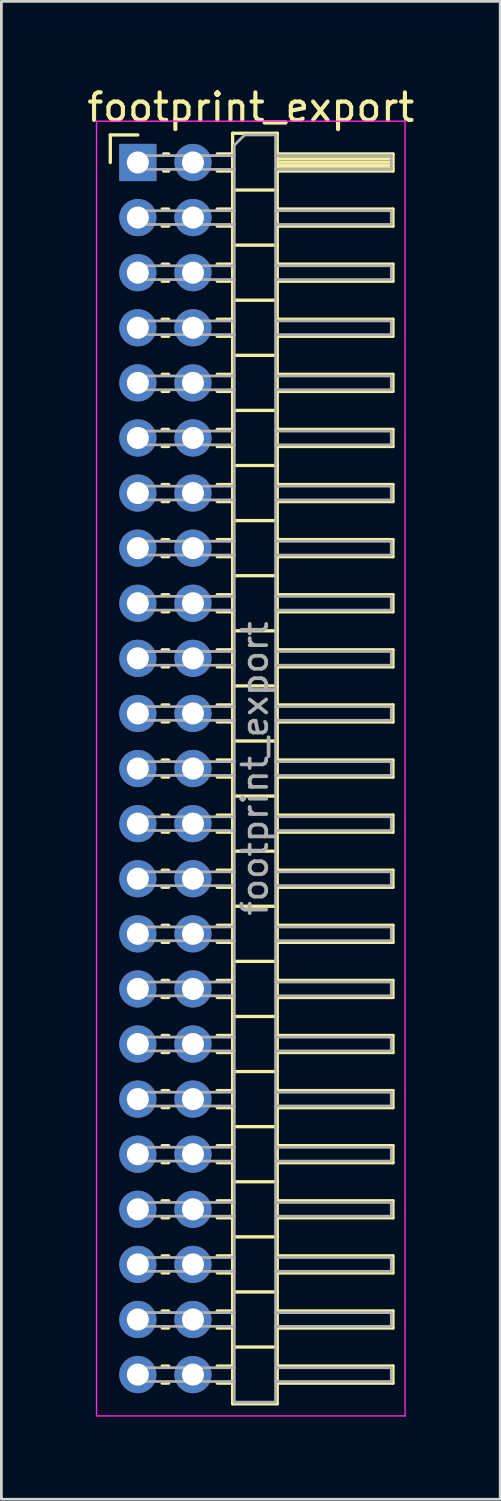
<source format=kicad_pcb>
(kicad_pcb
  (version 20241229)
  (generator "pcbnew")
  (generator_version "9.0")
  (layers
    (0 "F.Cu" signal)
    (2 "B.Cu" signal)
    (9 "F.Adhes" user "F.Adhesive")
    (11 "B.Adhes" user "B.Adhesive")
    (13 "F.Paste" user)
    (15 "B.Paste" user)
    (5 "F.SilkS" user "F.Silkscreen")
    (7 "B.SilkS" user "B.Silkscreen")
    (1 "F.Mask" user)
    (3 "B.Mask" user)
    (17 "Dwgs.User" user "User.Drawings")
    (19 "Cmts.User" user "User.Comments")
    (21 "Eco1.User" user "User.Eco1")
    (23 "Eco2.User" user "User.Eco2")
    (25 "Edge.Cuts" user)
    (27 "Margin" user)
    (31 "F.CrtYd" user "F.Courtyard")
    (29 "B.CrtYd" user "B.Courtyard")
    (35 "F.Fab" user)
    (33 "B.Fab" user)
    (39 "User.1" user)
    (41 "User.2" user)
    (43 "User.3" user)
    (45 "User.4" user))
  (footprint "footprint_export"
    (layer "F.Cu")
    (at 1.954 2.848)
    (property "Reference" "footprint_export" (at 4.1 -2 0) (layer "F.SilkS") (effects (font (size 1 1) (thickness 0.15))))
    (attr through_hole)
    (fp_line (start -1 -1) (end 0 -1) (stroke (width 0.12) (type solid)) (layer "F.SilkS"))
    (fp_line (start -1 0) (end -1 -1) (stroke (width 0.12) (type solid)) (layer "F.SilkS"))
    (fp_line (start 0.882 1.69) (end 1.118 1.69) (stroke (width 0.12) (type solid)) (layer "F.SilkS"))
    (fp_line (start 0.882 2.31) (end 1.118 2.31) (stroke (width 0.12) (type solid)) (layer "F.SilkS"))
    (fp_line (start 0.882 3.69) (end 1.118 3.69) (stroke (width 0.12) (type solid)) (layer "F.SilkS"))
    (fp_line (start 0.882 4.31) (end 1.118 4.31) (stroke (width 0.12) (type solid)) (layer "F.SilkS"))
    (fp_line (start 0.882 5.69) (end 1.118 5.69) (stroke (width 0.12) (type solid)) (layer "F.SilkS"))
    (fp_line (start 0.882 6.31) (end 1.118 6.31) (stroke (width 0.12) (type solid)) (layer "F.SilkS"))
    (fp_line (start 0.882 7.69) (end 1.118 7.69) (stroke (width 0.12) (type solid)) (layer "F.SilkS"))
    (fp_line (start 0.882 8.31) (end 1.118 8.31) (stroke (width 0.12) (type solid)) (layer "F.SilkS"))
    (fp_line (start 0.882 9.69) (end 1.118 9.69) (stroke (width 0.12) (type solid)) (layer "F.SilkS"))
    (fp_line (start 0.882 10.31) (end 1.118 10.31) (stroke (width 0.12) (type solid)) (layer "F.SilkS"))
    (fp_line (start 0.882 11.69) (end 1.118 11.69) (stroke (width 0.12) (type solid)) (layer "F.SilkS"))
    (fp_line (start 0.882 12.31) (end 1.118 12.31) (stroke (width 0.12) (type solid)) (layer "F.SilkS"))
    (fp_line (start 0.882 13.69) (end 1.118 13.69) (stroke (width 0.12) (type solid)) (layer "F.SilkS"))
    (fp_line (start 0.882 14.31) (end 1.118 14.31) (stroke (width 0.12) (type solid)) (layer "F.SilkS"))
    (fp_line (start 0.882 15.69) (end 1.118 15.69) (stroke (width 0.12) (type solid)) (layer "F.SilkS"))
    (fp_line (start 0.882 16.31) (end 1.118 16.31) (stroke (width 0.12) (type solid)) (layer "F.SilkS"))
    (fp_line (start 0.882 17.69) (end 1.118 17.69) (stroke (width 0.12) (type solid)) (layer "F.SilkS"))
    (fp_line (start 0.882 18.31) (end 1.118 18.31) (stroke (width 0.12) (type solid)) (layer "F.SilkS"))
    (fp_line (start 0.882 19.69) (end 1.118 19.69) (stroke (width 0.12) (type solid)) (layer "F.SilkS"))
    (fp_line (start 0.882 20.31) (end 1.118 20.31) (stroke (width 0.12) (type solid)) (layer "F.SilkS"))
    (fp_line (start 0.882 21.69) (end 1.118 21.69) (stroke (width 0.12) (type solid)) (layer "F.SilkS"))
    (fp_line (start 0.882 22.31) (end 1.118 22.31) (stroke (width 0.12) (type solid)) (layer "F.SilkS"))
    (fp_line (start 0.882 23.69) (end 1.118 23.69) (stroke (width 0.12) (type solid)) (layer "F.SilkS"))
    (fp_line (start 0.882 24.31) (end 1.118 24.31) (stroke (width 0.12) (type solid)) (layer "F.SilkS"))
    (fp_line (start 0.882 25.69) (end 1.118 25.69) (stroke (width 0.12) (type solid)) (layer "F.SilkS"))
    (fp_line (start 0.882 26.31) (end 1.118 26.31) (stroke (width 0.12) (type solid)) (layer "F.SilkS"))
    (fp_line (start 0.882 27.69) (end 1.118 27.69) (stroke (width 0.12) (type solid)) (layer "F.SilkS"))
    (fp_line (start 0.882 28.31) (end 1.118 28.31) (stroke (width 0.12) (type solid)) (layer "F.SilkS"))
    (fp_line (start 0.882 29.69) (end 1.118 29.69) (stroke (width 0.12) (type solid)) (layer "F.SilkS"))
    (fp_line (start 0.882 30.31) (end 1.118 30.31) (stroke (width 0.12) (type solid)) (layer "F.SilkS"))
    (fp_line (start 0.882 31.69) (end 1.118 31.69) (stroke (width 0.12) (type solid)) (layer "F.SilkS"))
    (fp_line (start 0.882 32.31) (end 1.118 32.31) (stroke (width 0.12) (type solid)) (layer "F.SilkS"))
    (fp_line (start 0.882 33.69) (end 1.118 33.69) (stroke (width 0.12) (type solid)) (layer "F.SilkS"))
    (fp_line (start 0.882 34.31) (end 1.118 34.31) (stroke (width 0.12) (type solid)) (layer "F.SilkS"))
    (fp_line (start 0.882 35.69) (end 1.118 35.69) (stroke (width 0.12) (type solid)) (layer "F.SilkS"))
    (fp_line (start 0.882 36.31) (end 1.118 36.31) (stroke (width 0.12) (type solid)) (layer "F.SilkS"))
    (fp_line (start 0.882 37.69) (end 1.118 37.69) (stroke (width 0.12) (type solid)) (layer "F.SilkS"))
    (fp_line (start 0.882 38.31) (end 1.118 38.31) (stroke (width 0.12) (type solid)) (layer "F.SilkS"))
    (fp_line (start 0.882 39.69) (end 1.118 39.69) (stroke (width 0.12) (type solid)) (layer "F.SilkS"))
    (fp_line (start 0.882 40.31) (end 1.118 40.31) (stroke (width 0.12) (type solid)) (layer "F.SilkS"))
    (fp_line (start 0.882 41.69) (end 1.118 41.69) (stroke (width 0.12) (type solid)) (layer "F.SilkS"))
    (fp_line (start 0.882 42.31) (end 1.118 42.31) (stroke (width 0.12) (type solid)) (layer "F.SilkS"))
    (fp_line (start 0.882 43.69) (end 1.118 43.69) (stroke (width 0.12) (type solid)) (layer "F.SilkS"))
    (fp_line (start 0.882 44.31) (end 1.118 44.31) (stroke (width 0.12) (type solid)) (layer "F.SilkS"))
    (fp_line (start 0.935 -0.31) (end 1.118 -0.31) (stroke (width 0.12) (type solid)) (layer "F.SilkS"))
    (fp_line (start 0.935 0.31) (end 1.118 0.31) (stroke (width 0.12) (type solid)) (layer "F.SilkS"))
    (fp_line (start 2.882 -0.31) (end 3.44 -0.31) (stroke (width 0.12) (type solid)) (layer "F.SilkS"))
    (fp_line (start 2.882 0.31) (end 3.44 0.31) (stroke (width 0.12) (type solid)) (layer "F.SilkS"))
    (fp_line (start 2.882 1.69) (end 3.44 1.69) (stroke (width 0.12) (type solid)) (layer "F.SilkS"))
    (fp_line (start 2.882 2.31) (end 3.44 2.31) (stroke (width 0.12) (type solid)) (layer "F.SilkS"))
    (fp_line (start 2.882 3.69) (end 3.44 3.69) (stroke (width 0.12) (type solid)) (layer "F.SilkS"))
    (fp_line (start 2.882 4.31) (end 3.44 4.31) (stroke (width 0.12) (type solid)) (layer "F.SilkS"))
    (fp_line (start 2.882 5.69) (end 3.44 5.69) (stroke (width 0.12) (type solid)) (layer "F.SilkS"))
    (fp_line (start 2.882 6.31) (end 3.44 6.31) (stroke (width 0.12) (type solid)) (layer "F.SilkS"))
    (fp_line (start 2.882 7.69) (end 3.44 7.69) (stroke (width 0.12) (type solid)) (layer "F.SilkS"))
    (fp_line (start 2.882 8.31) (end 3.44 8.31) (stroke (width 0.12) (type solid)) (layer "F.SilkS"))
    (fp_line (start 2.882 9.69) (end 3.44 9.69) (stroke (width 0.12) (type solid)) (layer "F.SilkS"))
    (fp_line (start 2.882 10.31) (end 3.44 10.31) (stroke (width 0.12) (type solid)) (layer "F.SilkS"))
    (fp_line (start 2.882 11.69) (end 3.44 11.69) (stroke (width 0.12) (type solid)) (layer "F.SilkS"))
    (fp_line (start 2.882 12.31) (end 3.44 12.31) (stroke (width 0.12) (type solid)) (layer "F.SilkS"))
    (fp_line (start 2.882 13.69) (end 3.44 13.69) (stroke (width 0.12) (type solid)) (layer "F.SilkS"))
    (fp_line (start 2.882 14.31) (end 3.44 14.31) (stroke (width 0.12) (type solid)) (layer "F.SilkS"))
    (fp_line (start 2.882 15.69) (end 3.44 15.69) (stroke (width 0.12) (type solid)) (layer "F.SilkS"))
    (fp_line (start 2.882 16.31) (end 3.44 16.31) (stroke (width 0.12) (type solid)) (layer "F.SilkS"))
    (fp_line (start 2.882 17.69) (end 3.44 17.69) (stroke (width 0.12) (type solid)) (layer "F.SilkS"))
    (fp_line (start 2.882 18.31) (end 3.44 18.31) (stroke (width 0.12) (type solid)) (layer "F.SilkS"))
    (fp_line (start 2.882 19.69) (end 3.44 19.69) (stroke (width 0.12) (type solid)) (layer "F.SilkS"))
    (fp_line (start 2.882 20.31) (end 3.44 20.31) (stroke (width 0.12) (type solid)) (layer "F.SilkS"))
    (fp_line (start 2.882 21.69) (end 3.44 21.69) (stroke (width 0.12) (type solid)) (layer "F.SilkS"))
    (fp_line (start 2.882 22.31) (end 3.44 22.31) (stroke (width 0.12) (type solid)) (layer "F.SilkS"))
    (fp_line (start 2.882 23.69) (end 3.44 23.69) (stroke (width 0.12) (type solid)) (layer "F.SilkS"))
    (fp_line (start 2.882 24.31) (end 3.44 24.31) (stroke (width 0.12) (type solid)) (layer "F.SilkS"))
    (fp_line (start 2.882 25.69) (end 3.44 25.69) (stroke (width 0.12) (type solid)) (layer "F.SilkS"))
    (fp_line (start 2.882 26.31) (end 3.44 26.31) (stroke (width 0.12) (type solid)) (layer "F.SilkS"))
    (fp_line (start 2.882 27.69) (end 3.44 27.69) (stroke (width 0.12) (type solid)) (layer "F.SilkS"))
    (fp_line (start 2.882 28.31) (end 3.44 28.31) (stroke (width 0.12) (type solid)) (layer "F.SilkS"))
    (fp_line (start 2.882 29.69) (end 3.44 29.69) (stroke (width 0.12) (type solid)) (layer "F.SilkS"))
    (fp_line (start 2.882 30.31) (end 3.44 30.31) (stroke (width 0.12) (type solid)) (layer "F.SilkS"))
    (fp_line (start 2.882 31.69) (end 3.44 31.69) (stroke (width 0.12) (type solid)) (layer "F.SilkS"))
    (fp_line (start 2.882 32.31) (end 3.44 32.31) (stroke (width 0.12) (type solid)) (layer "F.SilkS"))
    (fp_line (start 2.882 33.69) (end 3.44 33.69) (stroke (width 0.12) (type solid)) (layer "F.SilkS"))
    (fp_line (start 2.882 34.31) (end 3.44 34.31) (stroke (width 0.12) (type solid)) (layer "F.SilkS"))
    (fp_line (start 2.882 35.69) (end 3.44 35.69) (stroke (width 0.12) (type solid)) (layer "F.SilkS"))
    (fp_line (start 2.882 36.31) (end 3.44 36.31) (stroke (width 0.12) (type solid)) (layer "F.SilkS"))
    (fp_line (start 2.882 37.69) (end 3.44 37.69) (stroke (width 0.12) (type solid)) (layer "F.SilkS"))
    (fp_line (start 2.882 38.31) (end 3.44 38.31) (stroke (width 0.12) (type solid)) (layer "F.SilkS"))
    (fp_line (start 2.882 39.69) (end 3.44 39.69) (stroke (width 0.12) (type solid)) (layer "F.SilkS"))
    (fp_line (start 2.882 40.31) (end 3.44 40.31) (stroke (width 0.12) (type solid)) (layer "F.SilkS"))
    (fp_line (start 2.882 41.69) (end 3.44 41.69) (stroke (width 0.12) (type solid)) (layer "F.SilkS"))
    (fp_line (start 2.882 42.31) (end 3.44 42.31) (stroke (width 0.12) (type solid)) (layer "F.SilkS"))
    (fp_line (start 2.882 43.69) (end 3.44 43.69) (stroke (width 0.12) (type solid)) (layer "F.SilkS"))
    (fp_line (start 2.882 44.31) (end 3.44 44.31) (stroke (width 0.12) (type solid)) (layer "F.SilkS"))
    (fp_line (start 3.44 -1.06) (end 3.44 45.06) (stroke (width 0.12) (type solid)) (layer "F.SilkS"))
    (fp_line (start 3.44 1) (end 5.06 1) (stroke (width 0.12) (type solid)) (layer "F.SilkS"))
    (fp_line (start 3.44 3) (end 5.06 3) (stroke (width 0.12) (type solid)) (layer "F.SilkS"))
    (fp_line (start 3.44 5) (end 5.06 5) (stroke (width 0.12) (type solid)) (layer "F.SilkS"))
    (fp_line (start 3.44 7) (end 5.06 7) (stroke (width 0.12) (type solid)) (layer "F.SilkS"))
    (fp_line (start 3.44 9) (end 5.06 9) (stroke (width 0.12) (type solid)) (layer "F.SilkS"))
    (fp_line (start 3.44 11) (end 5.06 11) (stroke (width 0.12) (type solid)) (layer "F.SilkS"))
    (fp_line (start 3.44 13) (end 5.06 13) (stroke (width 0.12) (type solid)) (layer "F.SilkS"))
    (fp_line (start 3.44 15) (end 5.06 15) (stroke (width 0.12) (type solid)) (layer "F.SilkS"))
    (fp_line (start 3.44 17) (end 5.06 17) (stroke (width 0.12) (type solid)) (layer "F.SilkS"))
    (fp_line (start 3.44 19) (end 5.06 19) (stroke (width 0.12) (type solid)) (layer "F.SilkS"))
    (fp_line (start 3.44 21) (end 5.06 21) (stroke (width 0.12) (type solid)) (layer "F.SilkS"))
    (fp_line (start 3.44 23) (end 5.06 23) (stroke (width 0.12) (type solid)) (layer "F.SilkS"))
    (fp_line (start 3.44 25) (end 5.06 25) (stroke (width 0.12) (type solid)) (layer "F.SilkS"))
    (fp_line (start 3.44 27) (end 5.06 27) (stroke (width 0.12) (type solid)) (layer "F.SilkS"))
    (fp_line (start 3.44 29) (end 5.06 29) (stroke (width 0.12) (type solid)) (layer "F.SilkS"))
    (fp_line (start 3.44 31) (end 5.06 31) (stroke (width 0.12) (type solid)) (layer "F.SilkS"))
    (fp_line (start 3.44 33) (end 5.06 33) (stroke (width 0.12) (type solid)) (layer "F.SilkS"))
    (fp_line (start 3.44 35) (end 5.06 35) (stroke (width 0.12) (type solid)) (layer "F.SilkS"))
    (fp_line (start 3.44 37) (end 5.06 37) (stroke (width 0.12) (type solid)) (layer "F.SilkS"))
    (fp_line (start 3.44 39) (end 5.06 39) (stroke (width 0.12) (type solid)) (layer "F.SilkS"))
    (fp_line (start 3.44 41) (end 5.06 41) (stroke (width 0.12) (type solid)) (layer "F.SilkS"))
    (fp_line (start 3.44 43) (end 5.06 43) (stroke (width 0.12) (type solid)) (layer "F.SilkS"))
    (fp_line (start 3.44 45.06) (end 5.06 45.06) (stroke (width 0.12) (type solid)) (layer "F.SilkS"))
    (fp_line (start 5.06 -1.06) (end 3.44 -1.06) (stroke (width 0.12) (type solid)) (layer "F.SilkS"))
    (fp_line (start 5.06 -0.31) (end 9.26 -0.31) (stroke (width 0.12) (type solid)) (layer "F.SilkS"))
    (fp_line (start 5.06 -0.25) (end 9.26 -0.25) (stroke (width 0.12) (type solid)) (layer "F.SilkS"))
    (fp_line (start 5.06 -0.13) (end 9.26 -0.13) (stroke (width 0.12) (type solid)) (layer "F.SilkS"))
    (fp_line (start 5.06 -0.01) (end 9.26 -0.01) (stroke (width 0.12) (type solid)) (layer "F.SilkS"))
    (fp_line (start 5.06 0.11) (end 9.26 0.11) (stroke (width 0.12) (type solid)) (layer "F.SilkS"))
    (fp_line (start 5.06 0.23) (end 9.26 0.23) (stroke (width 0.12) (type solid)) (layer "F.SilkS"))
    (fp_line (start 5.06 1.69) (end 9.26 1.69) (stroke (width 0.12) (type solid)) (layer "F.SilkS"))
    (fp_line (start 5.06 3.69) (end 9.26 3.69) (stroke (width 0.12) (type solid)) (layer "F.SilkS"))
    (fp_line (start 5.06 5.69) (end 9.26 5.69) (stroke (width 0.12) (type solid)) (layer "F.SilkS"))
    (fp_line (start 5.06 7.69) (end 9.26 7.69) (stroke (width 0.12) (type solid)) (layer "F.SilkS"))
    (fp_line (start 5.06 9.69) (end 9.26 9.69) (stroke (width 0.12) (type solid)) (layer "F.SilkS"))
    (fp_line (start 5.06 11.69) (end 9.26 11.69) (stroke (width 0.12) (type solid)) (layer "F.SilkS"))
    (fp_line (start 5.06 13.69) (end 9.26 13.69) (stroke (width 0.12) (type solid)) (layer "F.SilkS"))
    (fp_line (start 5.06 15.69) (end 9.26 15.69) (stroke (width 0.12) (type solid)) (layer "F.SilkS"))
    (fp_line (start 5.06 17.69) (end 9.26 17.69) (stroke (width 0.12) (type solid)) (layer "F.SilkS"))
    (fp_line (start 5.06 19.69) (end 9.26 19.69) (stroke (width 0.12) (type solid)) (layer "F.SilkS"))
    (fp_line (start 5.06 21.69) (end 9.26 21.69) (stroke (width 0.12) (type solid)) (layer "F.SilkS"))
    (fp_line (start 5.06 23.69) (end 9.26 23.69) (stroke (width 0.12) (type solid)) (layer "F.SilkS"))
    (fp_line (start 5.06 25.69) (end 9.26 25.69) (stroke (width 0.12) (type solid)) (layer "F.SilkS"))
    (fp_line (start 5.06 27.69) (end 9.26 27.69) (stroke (width 0.12) (type solid)) (layer "F.SilkS"))
    (fp_line (start 5.06 29.69) (end 9.26 29.69) (stroke (width 0.12) (type solid)) (layer "F.SilkS"))
    (fp_line (start 5.06 31.69) (end 9.26 31.69) (stroke (width 0.12) (type solid)) (layer "F.SilkS"))
    (fp_line (start 5.06 33.69) (end 9.26 33.69) (stroke (width 0.12) (type solid)) (layer "F.SilkS"))
    (fp_line (start 5.06 35.69) (end 9.26 35.69) (stroke (width 0.12) (type solid)) (layer "F.SilkS"))
    (fp_line (start 5.06 37.69) (end 9.26 37.69) (stroke (width 0.12) (type solid)) (layer "F.SilkS"))
    (fp_line (start 5.06 39.69) (end 9.26 39.69) (stroke (width 0.12) (type solid)) (layer "F.SilkS"))
    (fp_line (start 5.06 41.69) (end 9.26 41.69) (stroke (width 0.12) (type solid)) (layer "F.SilkS"))
    (fp_line (start 5.06 43.69) (end 9.26 43.69) (stroke (width 0.12) (type solid)) (layer "F.SilkS"))
    (fp_line (start 5.06 45.06) (end 5.06 -1.06) (stroke (width 0.12) (type solid)) (layer "F.SilkS"))
    (fp_line (start 9.26 -0.31) (end 9.26 0.31) (stroke (width 0.12) (type solid)) (layer "F.SilkS"))
    (fp_line (start 9.26 0.31) (end 5.06 0.31) (stroke (width 0.12) (type solid)) (layer "F.SilkS"))
    (fp_line (start 9.26 1.69) (end 9.26 2.31) (stroke (width 0.12) (type solid)) (layer "F.SilkS"))
    (fp_line (start 9.26 2.31) (end 5.06 2.31) (stroke (width 0.12) (type solid)) (layer "F.SilkS"))
    (fp_line (start 9.26 3.69) (end 9.26 4.31) (stroke (width 0.12) (type solid)) (layer "F.SilkS"))
    (fp_line (start 9.26 4.31) (end 5.06 4.31) (stroke (width 0.12) (type solid)) (layer "F.SilkS"))
    (fp_line (start 9.26 5.69) (end 9.26 6.31) (stroke (width 0.12) (type solid)) (layer "F.SilkS"))
    (fp_line (start 9.26 6.31) (end 5.06 6.31) (stroke (width 0.12) (type solid)) (layer "F.SilkS"))
    (fp_line (start 9.26 7.69) (end 9.26 8.31) (stroke (width 0.12) (type solid)) (layer "F.SilkS"))
    (fp_line (start 9.26 8.31) (end 5.06 8.31) (stroke (width 0.12) (type solid)) (layer "F.SilkS"))
    (fp_line (start 9.26 9.69) (end 9.26 10.31) (stroke (width 0.12) (type solid)) (layer "F.SilkS"))
    (fp_line (start 9.26 10.31) (end 5.06 10.31) (stroke (width 0.12) (type solid)) (layer "F.SilkS"))
    (fp_line (start 9.26 11.69) (end 9.26 12.31) (stroke (width 0.12) (type solid)) (layer "F.SilkS"))
    (fp_line (start 9.26 12.31) (end 5.06 12.31) (stroke (width 0.12) (type solid)) (layer "F.SilkS"))
    (fp_line (start 9.26 13.69) (end 9.26 14.31) (stroke (width 0.12) (type solid)) (layer "F.SilkS"))
    (fp_line (start 9.26 14.31) (end 5.06 14.31) (stroke (width 0.12) (type solid)) (layer "F.SilkS"))
    (fp_line (start 9.26 15.69) (end 9.26 16.31) (stroke (width 0.12) (type solid)) (layer "F.SilkS"))
    (fp_line (start 9.26 16.31) (end 5.06 16.31) (stroke (width 0.12) (type solid)) (layer "F.SilkS"))
    (fp_line (start 9.26 17.69) (end 9.26 18.31) (stroke (width 0.12) (type solid)) (layer "F.SilkS"))
    (fp_line (start 9.26 18.31) (end 5.06 18.31) (stroke (width 0.12) (type solid)) (layer "F.SilkS"))
    (fp_line (start 9.26 19.69) (end 9.26 20.31) (stroke (width 0.12) (type solid)) (layer "F.SilkS"))
    (fp_line (start 9.26 20.31) (end 5.06 20.31) (stroke (width 0.12) (type solid)) (layer "F.SilkS"))
    (fp_line (start 9.26 21.69) (end 9.26 22.31) (stroke (width 0.12) (type solid)) (layer "F.SilkS"))
    (fp_line (start 9.26 22.31) (end 5.06 22.31) (stroke (width 0.12) (type solid)) (layer "F.SilkS"))
    (fp_line (start 9.26 23.69) (end 9.26 24.31) (stroke (width 0.12) (type solid)) (layer "F.SilkS"))
    (fp_line (start 9.26 24.31) (end 5.06 24.31) (stroke (width 0.12) (type solid)) (layer "F.SilkS"))
    (fp_line (start 9.26 25.69) (end 9.26 26.31) (stroke (width 0.12) (type solid)) (layer "F.SilkS"))
    (fp_line (start 9.26 26.31) (end 5.06 26.31) (stroke (width 0.12) (type solid)) (layer "F.SilkS"))
    (fp_line (start 9.26 27.69) (end 9.26 28.31) (stroke (width 0.12) (type solid)) (layer "F.SilkS"))
    (fp_line (start 9.26 28.31) (end 5.06 28.31) (stroke (width 0.12) (type solid)) (layer "F.SilkS"))
    (fp_line (start 9.26 29.69) (end 9.26 30.31) (stroke (width 0.12) (type solid)) (layer "F.SilkS"))
    (fp_line (start 9.26 30.31) (end 5.06 30.31) (stroke (width 0.12) (type solid)) (layer "F.SilkS"))
    (fp_line (start 9.26 31.69) (end 9.26 32.31) (stroke (width 0.12) (type solid)) (layer "F.SilkS"))
    (fp_line (start 9.26 32.31) (end 5.06 32.31) (stroke (width 0.12) (type solid)) (layer "F.SilkS"))
    (fp_line (start 9.26 33.69) (end 9.26 34.31) (stroke (width 0.12) (type solid)) (layer "F.SilkS"))
    (fp_line (start 9.26 34.31) (end 5.06 34.31) (stroke (width 0.12) (type solid)) (layer "F.SilkS"))
    (fp_line (start 9.26 35.69) (end 9.26 36.31) (stroke (width 0.12) (type solid)) (layer "F.SilkS"))
    (fp_line (start 9.26 36.31) (end 5.06 36.31) (stroke (width 0.12) (type solid)) (layer "F.SilkS"))
    (fp_line (start 9.26 37.69) (end 9.26 38.31) (stroke (width 0.12) (type solid)) (layer "F.SilkS"))
    (fp_line (start 9.26 38.31) (end 5.06 38.31) (stroke (width 0.12) (type solid)) (layer "F.SilkS"))
    (fp_line (start 9.26 39.69) (end 9.26 40.31) (stroke (width 0.12) (type solid)) (layer "F.SilkS"))
    (fp_line (start 9.26 40.31) (end 5.06 40.31) (stroke (width 0.12) (type solid)) (layer "F.SilkS"))
    (fp_line (start 9.26 41.69) (end 9.26 42.31) (stroke (width 0.12) (type solid)) (layer "F.SilkS"))
    (fp_line (start 9.26 42.31) (end 5.06 42.31) (stroke (width 0.12) (type solid)) (layer "F.SilkS"))
    (fp_line (start 9.26 43.69) (end 9.26 44.31) (stroke (width 0.12) (type solid)) (layer "F.SilkS"))
    (fp_line (start 9.26 44.31) (end 5.06 44.31) (stroke (width 0.12) (type solid)) (layer "F.SilkS"))
    (fp_line (start -1.5 -1.5) (end -1.5 45.5) (stroke (width 0.05) (type solid)) (layer "F.CrtYd"))
    (fp_line (start -1.5 45.5) (end 9.7 45.5) (stroke (width 0.05) (type solid)) (layer "F.CrtYd"))
    (fp_line (start 9.7 -1.5) (end -1.5 -1.5) (stroke (width 0.05) (type solid)) (layer "F.CrtYd"))
    (fp_line (start 9.7 45.5) (end 9.7 -1.5) (stroke (width 0.05) (type solid)) (layer "F.CrtYd"))
    (fp_line (start -0.25 -0.25) (end -0.25 0.25) (stroke (width 0.1) (type solid)) (layer "F.Fab"))
    (fp_line (start -0.25 -0.25) (end 3.5 -0.25) (stroke (width 0.1) (type solid)) (layer "F.Fab"))
    (fp_line (start -0.25 0.25) (end 3.5 0.25) (stroke (width 0.1) (type solid)) (layer "F.Fab"))
    (fp_line (start -0.25 1.75) (end -0.25 2.25) (stroke (width 0.1) (type solid)) (layer "F.Fab"))
    (fp_line (start -0.25 1.75) (end 3.5 1.75) (stroke (width 0.1) (type solid)) (layer "F.Fab"))
    (fp_line (start -0.25 2.25) (end 3.5 2.25) (stroke (width 0.1) (type solid)) (layer "F.Fab"))
    (fp_line (start -0.25 3.75) (end -0.25 4.25) (stroke (width 0.1) (type solid)) (layer "F.Fab"))
    (fp_line (start -0.25 3.75) (end 3.5 3.75) (stroke (width 0.1) (type solid)) (layer "F.Fab"))
    (fp_line (start -0.25 4.25) (end 3.5 4.25) (stroke (width 0.1) (type solid)) (layer "F.Fab"))
    (fp_line (start -0.25 5.75) (end -0.25 6.25) (stroke (width 0.1) (type solid)) (layer "F.Fab"))
    (fp_line (start -0.25 5.75) (end 3.5 5.75) (stroke (width 0.1) (type solid)) (layer "F.Fab"))
    (fp_line (start -0.25 6.25) (end 3.5 6.25) (stroke (width 0.1) (type solid)) (layer "F.Fab"))
    (fp_line (start -0.25 7.75) (end -0.25 8.25) (stroke (width 0.1) (type solid)) (layer "F.Fab"))
    (fp_line (start -0.25 7.75) (end 3.5 7.75) (stroke (width 0.1) (type solid)) (layer "F.Fab"))
    (fp_line (start -0.25 8.25) (end 3.5 8.25) (stroke (width 0.1) (type solid)) (layer "F.Fab"))
    (fp_line (start -0.25 9.75) (end -0.25 10.25) (stroke (width 0.1) (type solid)) (layer "F.Fab"))
    (fp_line (start -0.25 9.75) (end 3.5 9.75) (stroke (width 0.1) (type solid)) (layer "F.Fab"))
    (fp_line (start -0.25 10.25) (end 3.5 10.25) (stroke (width 0.1) (type solid)) (layer "F.Fab"))
    (fp_line (start -0.25 11.75) (end -0.25 12.25) (stroke (width 0.1) (type solid)) (layer "F.Fab"))
    (fp_line (start -0.25 11.75) (end 3.5 11.75) (stroke (width 0.1) (type solid)) (layer "F.Fab"))
    (fp_line (start -0.25 12.25) (end 3.5 12.25) (stroke (width 0.1) (type solid)) (layer "F.Fab"))
    (fp_line (start -0.25 13.75) (end -0.25 14.25) (stroke (width 0.1) (type solid)) (layer "F.Fab"))
    (fp_line (start -0.25 13.75) (end 3.5 13.75) (stroke (width 0.1) (type solid)) (layer "F.Fab"))
    (fp_line (start -0.25 14.25) (end 3.5 14.25) (stroke (width 0.1) (type solid)) (layer "F.Fab"))
    (fp_line (start -0.25 15.75) (end -0.25 16.25) (stroke (width 0.1) (type solid)) (layer "F.Fab"))
    (fp_line (start -0.25 15.75) (end 3.5 15.75) (stroke (width 0.1) (type solid)) (layer "F.Fab"))
    (fp_line (start -0.25 16.25) (end 3.5 16.25) (stroke (width 0.1) (type solid)) (layer "F.Fab"))
    (fp_line (start -0.25 17.75) (end -0.25 18.25) (stroke (width 0.1) (type solid)) (layer "F.Fab"))
    (fp_line (start -0.25 17.75) (end 3.5 17.75) (stroke (width 0.1) (type solid)) (layer "F.Fab"))
    (fp_line (start -0.25 18.25) (end 3.5 18.25) (stroke (width 0.1) (type solid)) (layer "F.Fab"))
    (fp_line (start -0.25 19.75) (end -0.25 20.25) (stroke (width 0.1) (type solid)) (layer "F.Fab"))
    (fp_line (start -0.25 19.75) (end 3.5 19.75) (stroke (width 0.1) (type solid)) (layer "F.Fab"))
    (fp_line (start -0.25 20.25) (end 3.5 20.25) (stroke (width 0.1) (type solid)) (layer "F.Fab"))
    (fp_line (start -0.25 21.75) (end -0.25 22.25) (stroke (width 0.1) (type solid)) (layer "F.Fab"))
    (fp_line (start -0.25 21.75) (end 3.5 21.75) (stroke (width 0.1) (type solid)) (layer "F.Fab"))
    (fp_line (start -0.25 22.25) (end 3.5 22.25) (stroke (width 0.1) (type solid)) (layer "F.Fab"))
    (fp_line (start -0.25 23.75) (end -0.25 24.25) (stroke (width 0.1) (type solid)) (layer "F.Fab"))
    (fp_line (start -0.25 23.75) (end 3.5 23.75) (stroke (width 0.1) (type solid)) (layer "F.Fab"))
    (fp_line (start -0.25 24.25) (end 3.5 24.25) (stroke (width 0.1) (type solid)) (layer "F.Fab"))
    (fp_line (start -0.25 25.75) (end -0.25 26.25) (stroke (width 0.1) (type solid)) (layer "F.Fab"))
    (fp_line (start -0.25 25.75) (end 3.5 25.75) (stroke (width 0.1) (type solid)) (layer "F.Fab"))
    (fp_line (start -0.25 26.25) (end 3.5 26.25) (stroke (width 0.1) (type solid)) (layer "F.Fab"))
    (fp_line (start -0.25 27.75) (end -0.25 28.25) (stroke (width 0.1) (type solid)) (layer "F.Fab"))
    (fp_line (start -0.25 27.75) (end 3.5 27.75) (stroke (width 0.1) (type solid)) (layer "F.Fab"))
    (fp_line (start -0.25 28.25) (end 3.5 28.25) (stroke (width 0.1) (type solid)) (layer "F.Fab"))
    (fp_line (start -0.25 29.75) (end -0.25 30.25) (stroke (width 0.1) (type solid)) (layer "F.Fab"))
    (fp_line (start -0.25 29.75) (end 3.5 29.75) (stroke (width 0.1) (type solid)) (layer "F.Fab"))
    (fp_line (start -0.25 30.25) (end 3.5 30.25) (stroke (width 0.1) (type solid)) (layer "F.Fab"))
    (fp_line (start -0.25 31.75) (end -0.25 32.25) (stroke (width 0.1) (type solid)) (layer "F.Fab"))
    (fp_line (start -0.25 31.75) (end 3.5 31.75) (stroke (width 0.1) (type solid)) (layer "F.Fab"))
    (fp_line (start -0.25 32.25) (end 3.5 32.25) (stroke (width 0.1) (type solid)) (layer "F.Fab"))
    (fp_line (start -0.25 33.75) (end -0.25 34.25) (stroke (width 0.1) (type solid)) (layer "F.Fab"))
    (fp_line (start -0.25 33.75) (end 3.5 33.75) (stroke (width 0.1) (type solid)) (layer "F.Fab"))
    (fp_line (start -0.25 34.25) (end 3.5 34.25) (stroke (width 0.1) (type solid)) (layer "F.Fab"))
    (fp_line (start -0.25 35.75) (end -0.25 36.25) (stroke (width 0.1) (type solid)) (layer "F.Fab"))
    (fp_line (start -0.25 35.75) (end 3.5 35.75) (stroke (width 0.1) (type solid)) (layer "F.Fab"))
    (fp_line (start -0.25 36.25) (end 3.5 36.25) (stroke (width 0.1) (type solid)) (layer "F.Fab"))
    (fp_line (start -0.25 37.75) (end -0.25 38.25) (stroke (width 0.1) (type solid)) (layer "F.Fab"))
    (fp_line (start -0.25 37.75) (end 3.5 37.75) (stroke (width 0.1) (type solid)) (layer "F.Fab"))
    (fp_line (start -0.25 38.25) (end 3.5 38.25) (stroke (width 0.1) (type solid)) (layer "F.Fab"))
    (fp_line (start -0.25 39.75) (end -0.25 40.25) (stroke (width 0.1) (type solid)) (layer "F.Fab"))
    (fp_line (start -0.25 39.75) (end 3.5 39.75) (stroke (width 0.1) (type solid)) (layer "F.Fab"))
    (fp_line (start -0.25 40.25) (end 3.5 40.25) (stroke (width 0.1) (type solid)) (layer "F.Fab"))
    (fp_line (start -0.25 41.75) (end -0.25 42.25) (stroke (width 0.1) (type solid)) (layer "F.Fab"))
    (fp_line (start -0.25 41.75) (end 3.5 41.75) (stroke (width 0.1) (type solid)) (layer "F.Fab"))
    (fp_line (start -0.25 42.25) (end 3.5 42.25) (stroke (width 0.1) (type solid)) (layer "F.Fab"))
    (fp_line (start -0.25 43.75) (end -0.25 44.25) (stroke (width 0.1) (type solid)) (layer "F.Fab"))
    (fp_line (start -0.25 43.75) (end 3.5 43.75) (stroke (width 0.1) (type solid)) (layer "F.Fab"))
    (fp_line (start -0.25 44.25) (end 3.5 44.25) (stroke (width 0.1) (type solid)) (layer "F.Fab"))
    (fp_line (start 3.5 -0.625) (end 3.875 -1) (stroke (width 0.1) (type solid)) (layer "F.Fab"))
    (fp_line (start 3.5 45) (end 3.5 -0.625) (stroke (width 0.1) (type solid)) (layer "F.Fab"))
    (fp_line (start 3.875 -1) (end 5 -1) (stroke (width 0.1) (type solid)) (layer "F.Fab"))
    (fp_line (start 5 -1) (end 5 45) (stroke (width 0.1) (type solid)) (layer "F.Fab"))
    (fp_line (start 5 -0.25) (end 9.2 -0.25) (stroke (width 0.1) (type solid)) (layer "F.Fab"))
    (fp_line (start 5 0.25) (end 9.2 0.25) (stroke (width 0.1) (type solid)) (layer "F.Fab"))
    (fp_line (start 5 1.75) (end 9.2 1.75) (stroke (width 0.1) (type solid)) (layer "F.Fab"))
    (fp_line (start 5 2.25) (end 9.2 2.25) (stroke (width 0.1) (type solid)) (layer "F.Fab"))
    (fp_line (start 5 3.75) (end 9.2 3.75) (stroke (width 0.1) (type solid)) (layer "F.Fab"))
    (fp_line (start 5 4.25) (end 9.2 4.25) (stroke (width 0.1) (type solid)) (layer "F.Fab"))
    (fp_line (start 5 5.75) (end 9.2 5.75) (stroke (width 0.1) (type solid)) (layer "F.Fab"))
    (fp_line (start 5 6.25) (end 9.2 6.25) (stroke (width 0.1) (type solid)) (layer "F.Fab"))
    (fp_line (start 5 7.75) (end 9.2 7.75) (stroke (width 0.1) (type solid)) (layer "F.Fab"))
    (fp_line (start 5 8.25) (end 9.2 8.25) (stroke (width 0.1) (type solid)) (layer "F.Fab"))
    (fp_line (start 5 9.75) (end 9.2 9.75) (stroke (width 0.1) (type solid)) (layer "F.Fab"))
    (fp_line (start 5 10.25) (end 9.2 10.25) (stroke (width 0.1) (type solid)) (layer "F.Fab"))
    (fp_line (start 5 11.75) (end 9.2 11.75) (stroke (width 0.1) (type solid)) (layer "F.Fab"))
    (fp_line (start 5 12.25) (end 9.2 12.25) (stroke (width 0.1) (type solid)) (layer "F.Fab"))
    (fp_line (start 5 13.75) (end 9.2 13.75) (stroke (width 0.1) (type solid)) (layer "F.Fab"))
    (fp_line (start 5 14.25) (end 9.2 14.25) (stroke (width 0.1) (type solid)) (layer "F.Fab"))
    (fp_line (start 5 15.75) (end 9.2 15.75) (stroke (width 0.1) (type solid)) (layer "F.Fab"))
    (fp_line (start 5 16.25) (end 9.2 16.25) (stroke (width 0.1) (type solid)) (layer "F.Fab"))
    (fp_line (start 5 17.75) (end 9.2 17.75) (stroke (width 0.1) (type solid)) (layer "F.Fab"))
    (fp_line (start 5 18.25) (end 9.2 18.25) (stroke (width 0.1) (type solid)) (layer "F.Fab"))
    (fp_line (start 5 19.75) (end 9.2 19.75) (stroke (width 0.1) (type solid)) (layer "F.Fab"))
    (fp_line (start 5 20.25) (end 9.2 20.25) (stroke (width 0.1) (type solid)) (layer "F.Fab"))
    (fp_line (start 5 21.75) (end 9.2 21.75) (stroke (width 0.1) (type solid)) (layer "F.Fab"))
    (fp_line (start 5 22.25) (end 9.2 22.25) (stroke (width 0.1) (type solid)) (layer "F.Fab"))
    (fp_line (start 5 23.75) (end 9.2 23.75) (stroke (width 0.1) (type solid)) (layer "F.Fab"))
    (fp_line (start 5 24.25) (end 9.2 24.25) (stroke (width 0.1) (type solid)) (layer "F.Fab"))
    (fp_line (start 5 25.75) (end 9.2 25.75) (stroke (width 0.1) (type solid)) (layer "F.Fab"))
    (fp_line (start 5 26.25) (end 9.2 26.25) (stroke (width 0.1) (type solid)) (layer "F.Fab"))
    (fp_line (start 5 27.75) (end 9.2 27.75) (stroke (width 0.1) (type solid)) (layer "F.Fab"))
    (fp_line (start 5 28.25) (end 9.2 28.25) (stroke (width 0.1) (type solid)) (layer "F.Fab"))
    (fp_line (start 5 29.75) (end 9.2 29.75) (stroke (width 0.1) (type solid)) (layer "F.Fab"))
    (fp_line (start 5 30.25) (end 9.2 30.25) (stroke (width 0.1) (type solid)) (layer "F.Fab"))
    (fp_line (start 5 31.75) (end 9.2 31.75) (stroke (width 0.1) (type solid)) (layer "F.Fab"))
    (fp_line (start 5 32.25) (end 9.2 32.25) (stroke (width 0.1) (type solid)) (layer "F.Fab"))
    (fp_line (start 5 33.75) (end 9.2 33.75) (stroke (width 0.1) (type solid)) (layer "F.Fab"))
    (fp_line (start 5 34.25) (end 9.2 34.25) (stroke (width 0.1) (type solid)) (layer "F.Fab"))
    (fp_line (start 5 35.75) (end 9.2 35.75) (stroke (width 0.1) (type solid)) (layer "F.Fab"))
    (fp_line (start 5 36.25) (end 9.2 36.25) (stroke (width 0.1) (type solid)) (layer "F.Fab"))
    (fp_line (start 5 37.75) (end 9.2 37.75) (stroke (width 0.1) (type solid)) (layer "F.Fab"))
    (fp_line (start 5 38.25) (end 9.2 38.25) (stroke (width 0.1) (type solid)) (layer "F.Fab"))
    (fp_line (start 5 39.75) (end 9.2 39.75) (stroke (width 0.1) (type solid)) (layer "F.Fab"))
    (fp_line (start 5 40.25) (end 9.2 40.25) (stroke (width 0.1) (type solid)) (layer "F.Fab"))
    (fp_line (start 5 41.75) (end 9.2 41.75) (stroke (width 0.1) (type solid)) (layer "F.Fab"))
    (fp_line (start 5 42.25) (end 9.2 42.25) (stroke (width 0.1) (type solid)) (layer "F.Fab"))
    (fp_line (start 5 43.75) (end 9.2 43.75) (stroke (width 0.1) (type solid)) (layer "F.Fab"))
    (fp_line (start 5 44.25) (end 9.2 44.25) (stroke (width 0.1) (type solid)) (layer "F.Fab"))
    (fp_line (start 5 45) (end 3.5 45) (stroke (width 0.1) (type solid)) (layer "F.Fab"))
    (fp_line (start 9.2 -0.25) (end 9.2 0.25) (stroke (width 0.1) (type solid)) (layer "F.Fab"))
    (fp_line (start 9.2 1.75) (end 9.2 2.25) (stroke (width 0.1) (type solid)) (layer "F.Fab"))
    (fp_line (start 9.2 3.75) (end 9.2 4.25) (stroke (width 0.1) (type solid)) (layer "F.Fab"))
    (fp_line (start 9.2 5.75) (end 9.2 6.25) (stroke (width 0.1) (type solid)) (layer "F.Fab"))
    (fp_line (start 9.2 7.75) (end 9.2 8.25) (stroke (width 0.1) (type solid)) (layer "F.Fab"))
    (fp_line (start 9.2 9.75) (end 9.2 10.25) (stroke (width 0.1) (type solid)) (layer "F.Fab"))
    (fp_line (start 9.2 11.75) (end 9.2 12.25) (stroke (width 0.1) (type solid)) (layer "F.Fab"))
    (fp_line (start 9.2 13.75) (end 9.2 14.25) (stroke (width 0.1) (type solid)) (layer "F.Fab"))
    (fp_line (start 9.2 15.75) (end 9.2 16.25) (stroke (width 0.1) (type solid)) (layer "F.Fab"))
    (fp_line (start 9.2 17.75) (end 9.2 18.25) (stroke (width 0.1) (type solid)) (layer "F.Fab"))
    (fp_line (start 9.2 19.75) (end 9.2 20.25) (stroke (width 0.1) (type solid)) (layer "F.Fab"))
    (fp_line (start 9.2 21.75) (end 9.2 22.25) (stroke (width 0.1) (type solid)) (layer "F.Fab"))
    (fp_line (start 9.2 23.75) (end 9.2 24.25) (stroke (width 0.1) (type solid)) (layer "F.Fab"))
    (fp_line (start 9.2 25.75) (end 9.2 26.25) (stroke (width 0.1) (type solid)) (layer "F.Fab"))
    (fp_line (start 9.2 27.75) (end 9.2 28.25) (stroke (width 0.1) (type solid)) (layer "F.Fab"))
    (fp_line (start 9.2 29.75) (end 9.2 30.25) (stroke (width 0.1) (type solid)) (layer "F.Fab"))
    (fp_line (start 9.2 31.75) (end 9.2 32.25) (stroke (width 0.1) (type solid)) (layer "F.Fab"))
    (fp_line (start 9.2 33.75) (end 9.2 34.25) (stroke (width 0.1) (type solid)) (layer "F.Fab"))
    (fp_line (start 9.2 35.75) (end 9.2 36.25) (stroke (width 0.1) (type solid)) (layer "F.Fab"))
    (fp_line (start 9.2 37.75) (end 9.2 38.25) (stroke (width 0.1) (type solid)) (layer "F.Fab"))
    (fp_line (start 9.2 39.75) (end 9.2 40.25) (stroke (width 0.1) (type solid)) (layer "F.Fab"))
    (fp_line (start 9.2 41.75) (end 9.2 42.25) (stroke (width 0.1) (type solid)) (layer "F.Fab"))
    (fp_line (start 9.2 43.75) (end 9.2 44.25) (stroke (width 0.1) (type solid)) (layer "F.Fab"))
    (fp_text user "${REFERENCE}" (at 4.25 22 90) (layer "F.Fab") (effects (font (size 0.9 0.9) (thickness 0.135))))
    (pad "1" thru_hole rect (at 0 0) (size 1.35 1.35) (drill 0.8) (layers "*.Cu" "*.Mask"))
    (pad "2" thru_hole oval (at 2 0) (size 1.35 1.35) (drill 0.8) (layers "*.Cu" "*.Mask"))
    (pad "3" thru_hole oval (at 0 2) (size 1.35 1.35) (drill 0.8) (layers "*.Cu" "*.Mask"))
    (pad "4" thru_hole oval (at 2 2) (size 1.35 1.35) (drill 0.8) (layers "*.Cu" "*.Mask"))
    (pad "5" thru_hole oval (at 0 4) (size 1.35 1.35) (drill 0.8) (layers "*.Cu" "*.Mask"))
    (pad "6" thru_hole oval (at 2 4) (size 1.35 1.35) (drill 0.8) (layers "*.Cu" "*.Mask"))
    (pad "7" thru_hole oval (at 0 6) (size 1.35 1.35) (drill 0.8) (layers "*.Cu" "*.Mask"))
    (pad "8" thru_hole oval (at 2 6) (size 1.35 1.35) (drill 0.8) (layers "*.Cu" "*.Mask"))
    (pad "9" thru_hole oval (at 0 8) (size 1.35 1.35) (drill 0.8) (layers "*.Cu" "*.Mask"))
    (pad "10" thru_hole oval (at 2 8) (size 1.35 1.35) (drill 0.8) (layers "*.Cu" "*.Mask"))
    (pad "11" thru_hole oval (at 0 10) (size 1.35 1.35) (drill 0.8) (layers "*.Cu" "*.Mask"))
    (pad "12" thru_hole oval (at 2 10) (size 1.35 1.35) (drill 0.8) (layers "*.Cu" "*.Mask"))
    (pad "13" thru_hole oval (at 0 12) (size 1.35 1.35) (drill 0.8) (layers "*.Cu" "*.Mask"))
    (pad "14" thru_hole oval (at 2 12) (size 1.35 1.35) (drill 0.8) (layers "*.Cu" "*.Mask"))
    (pad "15" thru_hole oval (at 0 14) (size 1.35 1.35) (drill 0.8) (layers "*.Cu" "*.Mask"))
    (pad "16" thru_hole oval (at 2 14) (size 1.35 1.35) (drill 0.8) (layers "*.Cu" "*.Mask"))
    (pad "17" thru_hole oval (at 0 16) (size 1.35 1.35) (drill 0.8) (layers "*.Cu" "*.Mask"))
    (pad "18" thru_hole oval (at 2 16) (size 1.35 1.35) (drill 0.8) (layers "*.Cu" "*.Mask"))
    (pad "19" thru_hole oval (at 0 18) (size 1.35 1.35) (drill 0.8) (layers "*.Cu" "*.Mask"))
    (pad "20" thru_hole oval (at 2 18) (size 1.35 1.35) (drill 0.8) (layers "*.Cu" "*.Mask"))
    (pad "21" thru_hole oval (at 0 20) (size 1.35 1.35) (drill 0.8) (layers "*.Cu" "*.Mask"))
    (pad "22" thru_hole oval (at 2 20) (size 1.35 1.35) (drill 0.8) (layers "*.Cu" "*.Mask"))
    (pad "23" thru_hole oval (at 0 22) (size 1.35 1.35) (drill 0.8) (layers "*.Cu" "*.Mask"))
    (pad "24" thru_hole oval (at 2 22) (size 1.35 1.35) (drill 0.8) (layers "*.Cu" "*.Mask"))
    (pad "25" thru_hole oval (at 0 24) (size 1.35 1.35) (drill 0.8) (layers "*.Cu" "*.Mask"))
    (pad "26" thru_hole oval (at 2 24) (size 1.35 1.35) (drill 0.8) (layers "*.Cu" "*.Mask"))
    (pad "27" thru_hole oval (at 0 26) (size 1.35 1.35) (drill 0.8) (layers "*.Cu" "*.Mask"))
    (pad "28" thru_hole oval (at 2 26) (size 1.35 1.35) (drill 0.8) (layers "*.Cu" "*.Mask"))
    (pad "29" thru_hole oval (at 0 28) (size 1.35 1.35) (drill 0.8) (layers "*.Cu" "*.Mask"))
    (pad "30" thru_hole oval (at 2 28) (size 1.35 1.35) (drill 0.8) (layers "*.Cu" "*.Mask"))
    (pad "31" thru_hole oval (at 0 30) (size 1.35 1.35) (drill 0.8) (layers "*.Cu" "*.Mask"))
    (pad "32" thru_hole oval (at 2 30) (size 1.35 1.35) (drill 0.8) (layers "*.Cu" "*.Mask"))
    (pad "33" thru_hole oval (at 0 32) (size 1.35 1.35) (drill 0.8) (layers "*.Cu" "*.Mask"))
    (pad "34" thru_hole oval (at 2 32) (size 1.35 1.35) (drill 0.8) (layers "*.Cu" "*.Mask"))
    (pad "35" thru_hole oval (at 0 34) (size 1.35 1.35) (drill 0.8) (layers "*.Cu" "*.Mask"))
    (pad "36" thru_hole oval (at 2 34) (size 1.35 1.35) (drill 0.8) (layers "*.Cu" "*.Mask"))
    (pad "37" thru_hole oval (at 0 36) (size 1.35 1.35) (drill 0.8) (layers "*.Cu" "*.Mask"))
    (pad "38" thru_hole oval (at 2 36) (size 1.35 1.35) (drill 0.8) (layers "*.Cu" "*.Mask"))
    (pad "39" thru_hole oval (at 0 38) (size 1.35 1.35) (drill 0.8) (layers "*.Cu" "*.Mask"))
    (pad "40" thru_hole oval (at 2 38) (size 1.35 1.35) (drill 0.8) (layers "*.Cu" "*.Mask"))
    (pad "41" thru_hole oval (at 0 40) (size 1.35 1.35) (drill 0.8) (layers "*.Cu" "*.Mask"))
    (pad "42" thru_hole oval (at 2 40) (size 1.35 1.35) (drill 0.8) (layers "*.Cu" "*.Mask"))
    (pad "43" thru_hole oval (at 0 42) (size 1.35 1.35) (drill 0.8) (layers "*.Cu" "*.Mask"))
    (pad "44" thru_hole oval (at 2 42) (size 1.35 1.35) (drill 0.8) (layers "*.Cu" "*.Mask"))
    (pad "45" thru_hole oval (at 0 44) (size 1.35 1.35) (drill 0.8) (layers "*.Cu" "*.Mask"))
    (pad "46" thru_hole oval (at 2 44) (size 1.35 1.35) (drill 0.8) (layers "*.Cu" "*.Mask")))
  (gr_rect
    (start -3 -3)
    (end 15.107 51.373)
    (stroke (width 0.1) (type default))
    (fill no)
    (layer "Edge.Cuts")))
</source>
